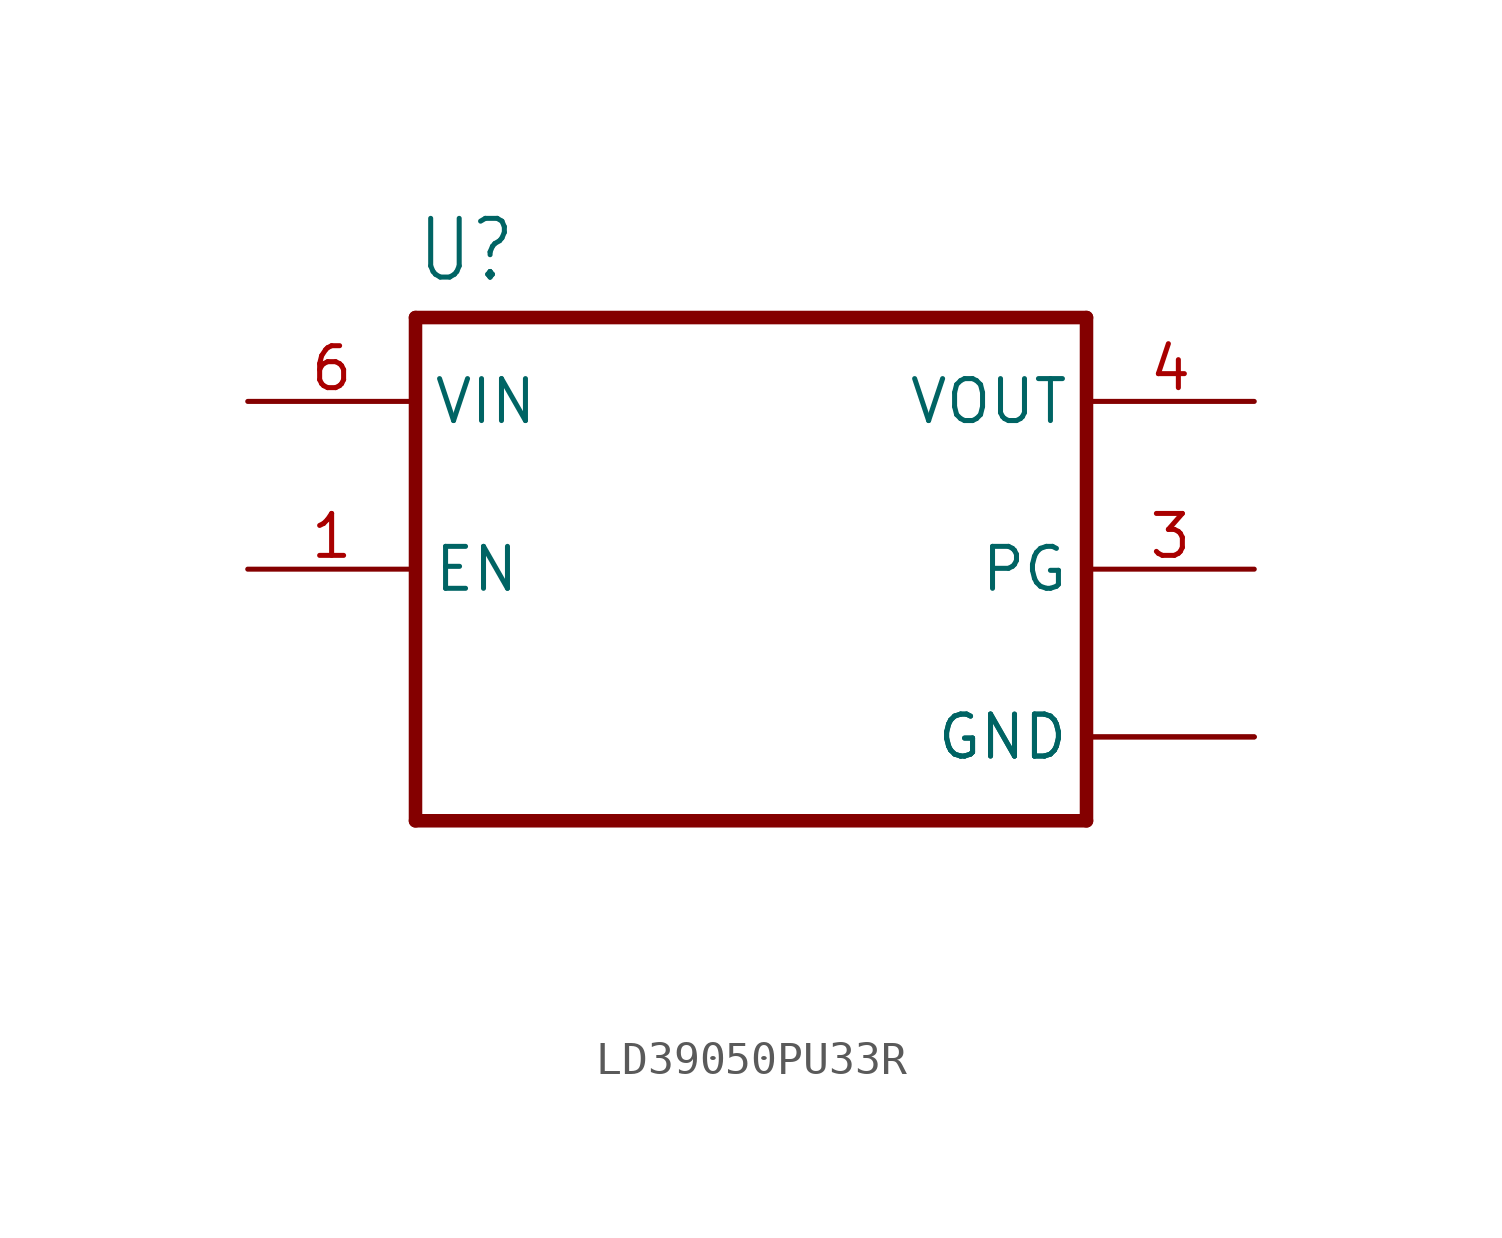
<source format=kicad_sym>
(kicad_symbol_lib
  (version 20220914)
  (generator kicad_symbol_editor)
  (symbol "LD39050PU33R"
    (property "Reference" "U"
      (at -10.16 8.62 0)
      (effects (font (size 1.778 1.511)) (justify left bottom)))
    (property "Value" ""
      (at -10.16 -11.62 0)
      (effects (font (size 1.778 1.511)) (justify left bottom)))
    (property "ki_locked" ""
      (at 0 0 0)
      (effects (font (size 1.27 1.27))))
    (symbol "LD39050PU33R_1_0"
      (polyline (pts (xy -10.16 -7.62) (xy -10.16 7.62)) (stroke (width 0.41) (type solid)) (fill (type none)))
      (polyline (pts (xy -10.16 7.62) (xy 10.16 7.62)) (stroke (width 0.41) (type solid)) (fill (type none)))
      (polyline (pts (xy 10.16 -7.62) (xy -10.16 -7.62)) (stroke (width 0.41) (type solid)) (fill (type none)))
      (polyline (pts (xy 10.16 7.62) (xy 10.16 -7.62)) (stroke (width 0.41) (type solid)) (fill (type none)))
      (pin input line (at -15.24 0 0) (length 5.08) (name "EN" (effects (font (size 1.27 1.27)))) (number "1" (effects (font (size 1.27 1.27)))))
      (pin power_in line (at 15.24 -5.08 180) (length 5.08) (name "GND" (effects (font (size 1.27 1.27)))) (number "2" (effects (font (size 0 0)))))
      (pin bidirectional line (at 15.24 0 180) (length 5.08) (name "PG" (effects (font (size 1.27 1.27)))) (number "3" (effects (font (size 1.27 1.27)))))
      (pin output line (at 15.24 5.08 180) (length 5.08) (name "VOUT" (effects (font (size 1.27 1.27)))) (number "4" (effects (font (size 1.27 1.27)))))
      (pin power_in line (at -15.24 5.08 0) (length 5.08) (name "VIN" (effects (font (size 1.27 1.27)))) (number "6" (effects (font (size 1.27 1.27)))))
      (pin power_in line (at 15.24 -5.08 180) (length 5.08) (name "GND" (effects (font (size 1.27 1.27)))) (number "7" (effects (font (size 0 0))))))))
</source>
